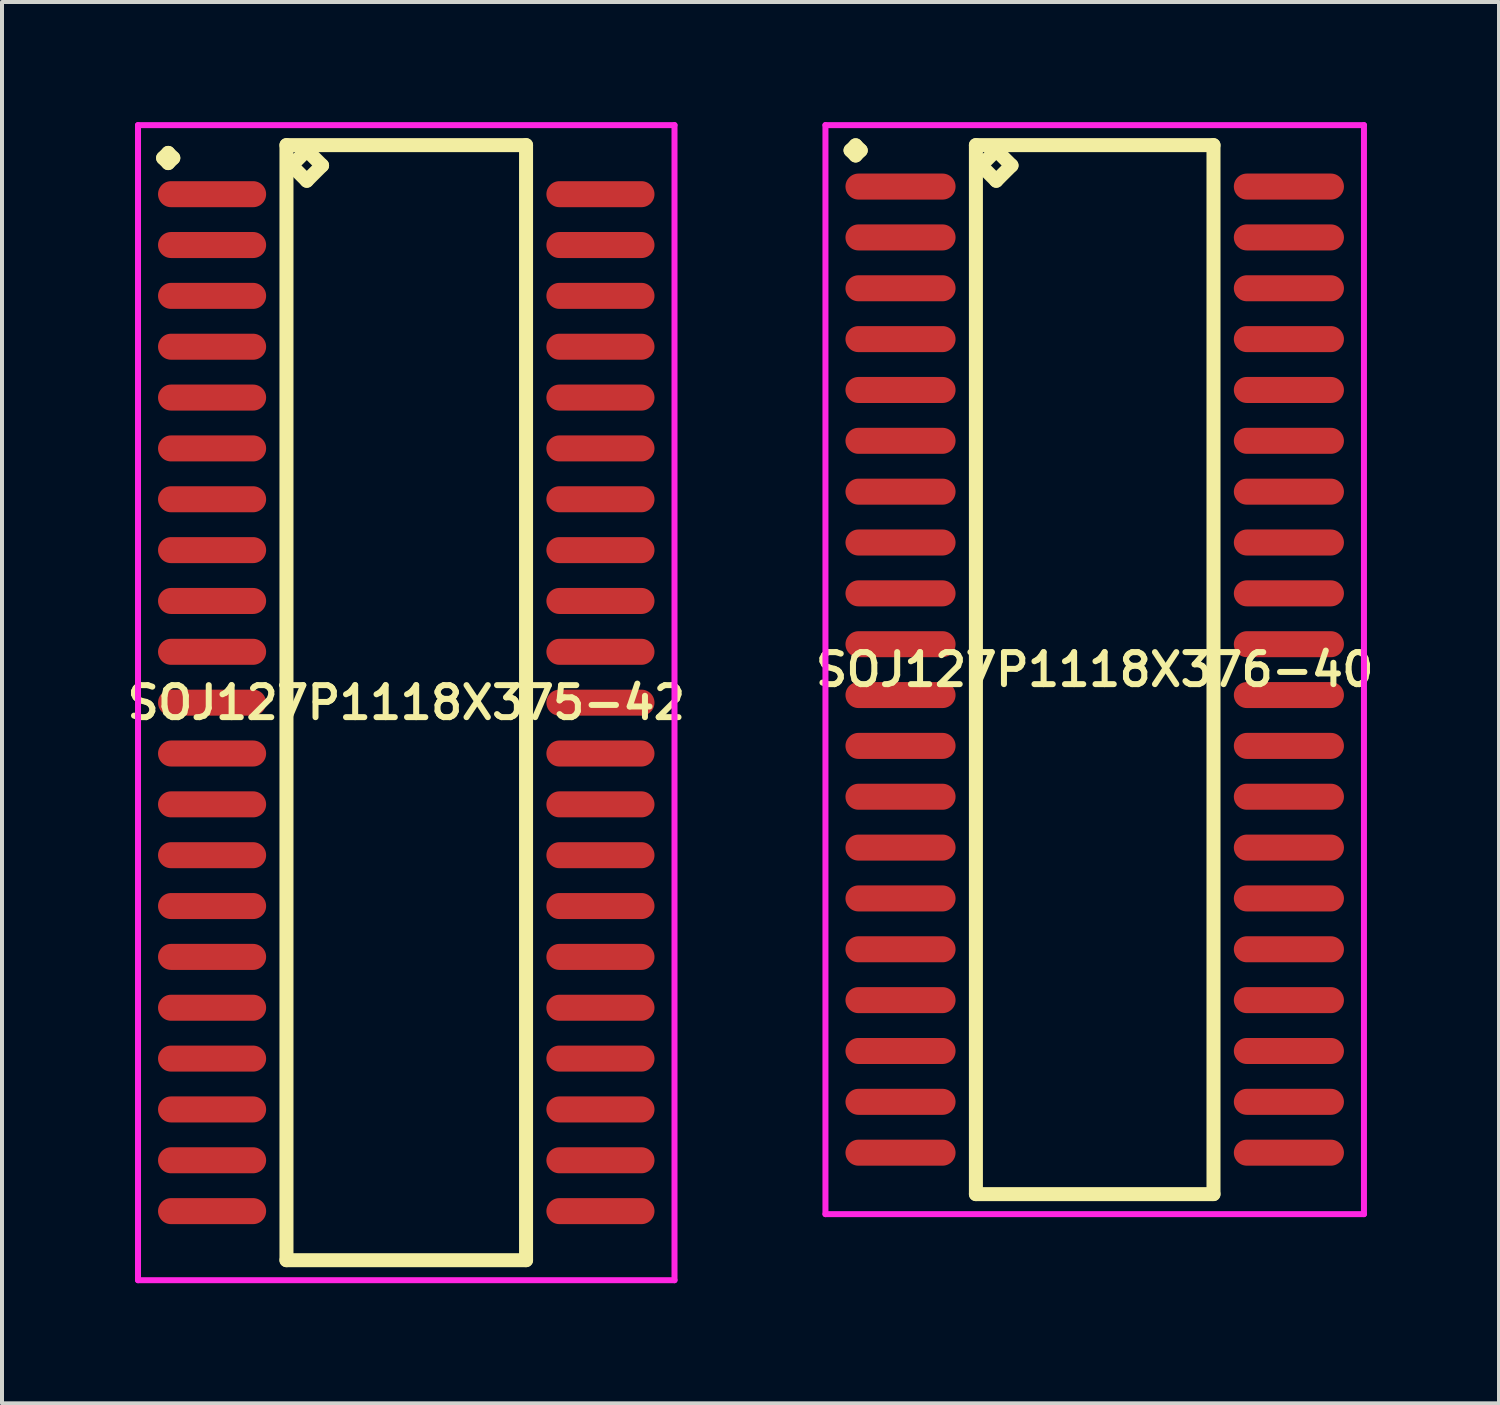
<source format=kicad_pcb>
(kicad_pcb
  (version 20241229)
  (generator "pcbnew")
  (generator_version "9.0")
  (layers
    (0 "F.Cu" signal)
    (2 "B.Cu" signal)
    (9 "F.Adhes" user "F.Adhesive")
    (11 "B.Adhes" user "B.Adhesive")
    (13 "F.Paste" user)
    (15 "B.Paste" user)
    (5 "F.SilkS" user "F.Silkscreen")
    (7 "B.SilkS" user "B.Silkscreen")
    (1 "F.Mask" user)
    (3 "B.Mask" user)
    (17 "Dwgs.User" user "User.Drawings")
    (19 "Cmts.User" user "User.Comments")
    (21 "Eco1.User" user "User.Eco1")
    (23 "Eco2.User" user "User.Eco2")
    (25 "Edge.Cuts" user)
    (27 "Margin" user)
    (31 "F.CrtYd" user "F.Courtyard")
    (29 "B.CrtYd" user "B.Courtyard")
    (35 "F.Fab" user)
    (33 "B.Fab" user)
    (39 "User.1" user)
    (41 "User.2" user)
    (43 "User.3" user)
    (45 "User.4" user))
  (footprint "SOJ127P1118X375-42"
    (layer "F.Cu")
    (at 7.097 14.5)
    (property "Reference" "SOJ127P1118X375-42" (at 0 0 0) (layer "F.SilkS") (effects (font (size 0.8 0.8) (thickness 0.15))))
    (attr smd)
    (fp_line (start -6.073 -13.604) (end -5.946 -13.731) (stroke (width 0.35) (type solid)) (layer "F.SilkS"))
    (fp_line (start -5.946 -13.731) (end -5.819 -13.604) (stroke (width 0.35) (type solid)) (layer "F.SilkS"))
    (fp_line (start -5.946 -13.477) (end -6.073 -13.604) (stroke (width 0.35) (type solid)) (layer "F.SilkS"))
    (fp_line (start -5.819 -13.604) (end -5.946 -13.477) (stroke (width 0.35) (type solid)) (layer "F.SilkS"))
    (fp_line (start -2.992 -13.925) (end -2.992 13.925) (stroke (width 0.35) (type solid)) (layer "F.SilkS"))
    (fp_line (start -2.992 13.925) (end 2.992 13.925) (stroke (width 0.35) (type solid)) (layer "F.SilkS"))
    (fp_line (start -2.865 -13.417) (end -2.484 -13.798) (stroke (width 0.35) (type solid)) (layer "F.SilkS"))
    (fp_line (start -2.484 -13.798) (end -2.103 -13.417) (stroke (width 0.35) (type solid)) (layer "F.SilkS"))
    (fp_line (start -2.484 -13.036) (end -2.865 -13.417) (stroke (width 0.35) (type solid)) (layer "F.SilkS"))
    (fp_line (start -2.103 -13.417) (end -2.484 -13.036) (stroke (width 0.35) (type solid)) (layer "F.SilkS"))
    (fp_line (start 2.992 -13.925) (end -2.992 -13.925) (stroke (width 0.35) (type solid)) (layer "F.SilkS"))
    (fp_line (start 2.992 13.925) (end 2.992 -13.925) (stroke (width 0.35) (type solid)) (layer "F.SilkS"))
    (fp_line (start -6.7 -14.425) (end 6.7 -14.425) (stroke (width 0.15) (type solid)) (layer "F.CrtYd"))
    (fp_line (start -6.7 14.425) (end -6.7 -14.425) (stroke (width 0.15) (type solid)) (layer "F.CrtYd"))
    (fp_line (start 6.7 -14.425) (end 6.7 14.425) (stroke (width 0.15) (type solid)) (layer "F.CrtYd"))
    (fp_line (start 6.7 14.425) (end -6.7 14.425) (stroke (width 0.15) (type solid)) (layer "F.CrtYd"))
    (pad "1" smd oval (at -4.85 -12.7) (size 2.7 0.65) (layers "F.Cu" "F.Mask" "F.Paste"))
    (pad "2" smd oval (at -4.85 -11.43) (size 2.7 0.65) (layers "F.Cu" "F.Mask" "F.Paste"))
    (pad "3" smd oval (at -4.85 -10.16) (size 2.7 0.65) (layers "F.Cu" "F.Mask" "F.Paste"))
    (pad "4" smd oval (at -4.85 -8.89) (size 2.7 0.65) (layers "F.Cu" "F.Mask" "F.Paste"))
    (pad "5" smd oval (at -4.85 -7.62) (size 2.7 0.65) (layers "F.Cu" "F.Mask" "F.Paste"))
    (pad "6" smd oval (at -4.85 -6.35) (size 2.7 0.65) (layers "F.Cu" "F.Mask" "F.Paste"))
    (pad "7" smd oval (at -4.85 -5.08) (size 2.7 0.65) (layers "F.Cu" "F.Mask" "F.Paste"))
    (pad "8" smd oval (at -4.85 -3.81) (size 2.7 0.65) (layers "F.Cu" "F.Mask" "F.Paste"))
    (pad "9" smd oval (at -4.85 -2.54) (size 2.7 0.65) (layers "F.Cu" "F.Mask" "F.Paste"))
    (pad "10" smd oval (at -4.85 -1.27) (size 2.7 0.65) (layers "F.Cu" "F.Mask" "F.Paste"))
    (pad "11" smd oval (at -4.85 0) (size 2.7 0.65) (layers "F.Cu" "F.Mask" "F.Paste"))
    (pad "12" smd oval (at -4.85 1.27) (size 2.7 0.65) (layers "F.Cu" "F.Mask" "F.Paste"))
    (pad "13" smd oval (at -4.85 2.54) (size 2.7 0.65) (layers "F.Cu" "F.Mask" "F.Paste"))
    (pad "14" smd oval (at -4.85 3.81) (size 2.7 0.65) (layers "F.Cu" "F.Mask" "F.Paste"))
    (pad "15" smd oval (at -4.85 5.08) (size 2.7 0.65) (layers "F.Cu" "F.Mask" "F.Paste"))
    (pad "16" smd oval (at -4.85 6.35) (size 2.7 0.65) (layers "F.Cu" "F.Mask" "F.Paste"))
    (pad "17" smd oval (at -4.85 7.62) (size 2.7 0.65) (layers "F.Cu" "F.Mask" "F.Paste"))
    (pad "18" smd oval (at -4.85 8.89) (size 2.7 0.65) (layers "F.Cu" "F.Mask" "F.Paste"))
    (pad "19" smd oval (at -4.85 10.16) (size 2.7 0.65) (layers "F.Cu" "F.Mask" "F.Paste"))
    (pad "20" smd oval (at -4.85 11.43) (size 2.7 0.65) (layers "F.Cu" "F.Mask" "F.Paste"))
    (pad "21" smd oval (at -4.85 12.7) (size 2.7 0.65) (layers "F.Cu" "F.Mask" "F.Paste"))
    (pad "22" smd oval (at 4.85 12.7) (size 2.7 0.65) (layers "F.Cu" "F.Mask" "F.Paste"))
    (pad "23" smd oval (at 4.85 11.43) (size 2.7 0.65) (layers "F.Cu" "F.Mask" "F.Paste"))
    (pad "24" smd oval (at 4.85 10.16) (size 2.7 0.65) (layers "F.Cu" "F.Mask" "F.Paste"))
    (pad "25" smd oval (at 4.85 8.89) (size 2.7 0.65) (layers "F.Cu" "F.Mask" "F.Paste"))
    (pad "26" smd oval (at 4.85 7.62) (size 2.7 0.65) (layers "F.Cu" "F.Mask" "F.Paste"))
    (pad "27" smd oval (at 4.85 6.35) (size 2.7 0.65) (layers "F.Cu" "F.Mask" "F.Paste"))
    (pad "28" smd oval (at 4.85 5.08) (size 2.7 0.65) (layers "F.Cu" "F.Mask" "F.Paste"))
    (pad "29" smd oval (at 4.85 3.81) (size 2.7 0.65) (layers "F.Cu" "F.Mask" "F.Paste"))
    (pad "30" smd oval (at 4.85 2.54) (size 2.7 0.65) (layers "F.Cu" "F.Mask" "F.Paste"))
    (pad "31" smd oval (at 4.85 1.27) (size 2.7 0.65) (layers "F.Cu" "F.Mask" "F.Paste"))
    (pad "32" smd oval (at 4.85 0) (size 2.7 0.65) (layers "F.Cu" "F.Mask" "F.Paste"))
    (pad "33" smd oval (at 4.85 -1.27) (size 2.7 0.65) (layers "F.Cu" "F.Mask" "F.Paste"))
    (pad "34" smd oval (at 4.85 -2.54) (size 2.7 0.65) (layers "F.Cu" "F.Mask" "F.Paste"))
    (pad "35" smd oval (at 4.85 -3.81) (size 2.7 0.65) (layers "F.Cu" "F.Mask" "F.Paste"))
    (pad "36" smd oval (at 4.85 -5.08) (size 2.7 0.65) (layers "F.Cu" "F.Mask" "F.Paste"))
    (pad "37" smd oval (at 4.85 -6.35) (size 2.7 0.65) (layers "F.Cu" "F.Mask" "F.Paste"))
    (pad "38" smd oval (at 4.85 -7.62) (size 2.7 0.65) (layers "F.Cu" "F.Mask" "F.Paste"))
    (pad "39" smd oval (at 4.85 -8.89) (size 2.7 0.65) (layers "F.Cu" "F.Mask" "F.Paste"))
    (pad "40" smd oval (at 4.85 -10.16) (size 2.7 0.65) (layers "F.Cu" "F.Mask" "F.Paste"))
    (pad "41" smd oval (at 4.85 -11.43) (size 2.7 0.65) (layers "F.Cu" "F.Mask" "F.Paste"))
    (pad "42" smd oval (at 4.85 -12.7) (size 2.7 0.65) (layers "F.Cu" "F.Mask" "F.Paste")))
  (footprint "SOJ127P1118X376-40"
    (layer "F.Cu")
    (at 24.292 13.675)
    (property "Reference" "SOJ127P1118X376-40" (at 0 0 0) (layer "F.SilkS") (effects (font (size 0.8 0.8) (thickness 0.15))))
    (attr smd)
    (fp_line (start -6.098 -12.969) (end -5.971 -13.096) (stroke (width 0.35) (type solid)) (layer "F.SilkS"))
    (fp_line (start -5.971 -13.096) (end -5.844 -12.969) (stroke (width 0.35) (type solid)) (layer "F.SilkS"))
    (fp_line (start -5.971 -12.842) (end -6.098 -12.969) (stroke (width 0.35) (type solid)) (layer "F.SilkS"))
    (fp_line (start -5.844 -12.969) (end -5.971 -12.842) (stroke (width 0.35) (type solid)) (layer "F.SilkS"))
    (fp_line (start -2.967 -13.1) (end -2.967 13.1) (stroke (width 0.35) (type solid)) (layer "F.SilkS"))
    (fp_line (start -2.967 13.1) (end 2.967 13.1) (stroke (width 0.35) (type solid)) (layer "F.SilkS"))
    (fp_line (start -2.84 -12.592) (end -2.459 -12.973) (stroke (width 0.35) (type solid)) (layer "F.SilkS"))
    (fp_line (start -2.459 -12.973) (end -2.078 -12.592) (stroke (width 0.35) (type solid)) (layer "F.SilkS"))
    (fp_line (start -2.459 -12.211) (end -2.84 -12.592) (stroke (width 0.35) (type solid)) (layer "F.SilkS"))
    (fp_line (start -2.078 -12.592) (end -2.459 -12.211) (stroke (width 0.35) (type solid)) (layer "F.SilkS"))
    (fp_line (start 2.967 -13.1) (end -2.967 -13.1) (stroke (width 0.35) (type solid)) (layer "F.SilkS"))
    (fp_line (start 2.967 13.1) (end 2.967 -13.1) (stroke (width 0.35) (type solid)) (layer "F.SilkS"))
    (fp_line (start -6.725 -13.6) (end 6.725 -13.6) (stroke (width 0.15) (type solid)) (layer "F.CrtYd"))
    (fp_line (start -6.725 13.6) (end -6.725 -13.6) (stroke (width 0.15) (type solid)) (layer "F.CrtYd"))
    (fp_line (start 6.725 -13.6) (end 6.725 13.6) (stroke (width 0.15) (type solid)) (layer "F.CrtYd"))
    (fp_line (start 6.725 13.6) (end -6.725 13.6) (stroke (width 0.15) (type solid)) (layer "F.CrtYd"))
    (pad "1" smd oval (at -4.85 -12.065) (size 2.75 0.65) (layers "F.Cu" "F.Mask" "F.Paste"))
    (pad "2" smd oval (at -4.85 -10.795) (size 2.75 0.65) (layers "F.Cu" "F.Mask" "F.Paste"))
    (pad "3" smd oval (at -4.85 -9.525) (size 2.75 0.65) (layers "F.Cu" "F.Mask" "F.Paste"))
    (pad "4" smd oval (at -4.85 -8.255) (size 2.75 0.65) (layers "F.Cu" "F.Mask" "F.Paste"))
    (pad "5" smd oval (at -4.85 -6.985) (size 2.75 0.65) (layers "F.Cu" "F.Mask" "F.Paste"))
    (pad "6" smd oval (at -4.85 -5.715) (size 2.75 0.65) (layers "F.Cu" "F.Mask" "F.Paste"))
    (pad "7" smd oval (at -4.85 -4.445) (size 2.75 0.65) (layers "F.Cu" "F.Mask" "F.Paste"))
    (pad "8" smd oval (at -4.85 -3.175) (size 2.75 0.65) (layers "F.Cu" "F.Mask" "F.Paste"))
    (pad "9" smd oval (at -4.85 -1.905) (size 2.75 0.65) (layers "F.Cu" "F.Mask" "F.Paste"))
    (pad "10" smd oval (at -4.85 -0.635) (size 2.75 0.65) (layers "F.Cu" "F.Mask" "F.Paste"))
    (pad "11" smd oval (at -4.85 0.635) (size 2.75 0.65) (layers "F.Cu" "F.Mask" "F.Paste"))
    (pad "12" smd oval (at -4.85 1.905) (size 2.75 0.65) (layers "F.Cu" "F.Mask" "F.Paste"))
    (pad "13" smd oval (at -4.85 3.175) (size 2.75 0.65) (layers "F.Cu" "F.Mask" "F.Paste"))
    (pad "14" smd oval (at -4.85 4.445) (size 2.75 0.65) (layers "F.Cu" "F.Mask" "F.Paste"))
    (pad "15" smd oval (at -4.85 5.715) (size 2.75 0.65) (layers "F.Cu" "F.Mask" "F.Paste"))
    (pad "16" smd oval (at -4.85 6.985) (size 2.75 0.65) (layers "F.Cu" "F.Mask" "F.Paste"))
    (pad "17" smd oval (at -4.85 8.255) (size 2.75 0.65) (layers "F.Cu" "F.Mask" "F.Paste"))
    (pad "18" smd oval (at -4.85 9.525) (size 2.75 0.65) (layers "F.Cu" "F.Mask" "F.Paste"))
    (pad "19" smd oval (at -4.85 10.795) (size 2.75 0.65) (layers "F.Cu" "F.Mask" "F.Paste"))
    (pad "20" smd oval (at -4.85 12.065) (size 2.75 0.65) (layers "F.Cu" "F.Mask" "F.Paste"))
    (pad "21" smd oval (at 4.85 12.065) (size 2.75 0.65) (layers "F.Cu" "F.Mask" "F.Paste"))
    (pad "22" smd oval (at 4.85 10.795) (size 2.75 0.65) (layers "F.Cu" "F.Mask" "F.Paste"))
    (pad "23" smd oval (at 4.85 9.525) (size 2.75 0.65) (layers "F.Cu" "F.Mask" "F.Paste"))
    (pad "24" smd oval (at 4.85 8.255) (size 2.75 0.65) (layers "F.Cu" "F.Mask" "F.Paste"))
    (pad "25" smd oval (at 4.85 6.985) (size 2.75 0.65) (layers "F.Cu" "F.Mask" "F.Paste"))
    (pad "26" smd oval (at 4.85 5.715) (size 2.75 0.65) (layers "F.Cu" "F.Mask" "F.Paste"))
    (pad "27" smd oval (at 4.85 4.445) (size 2.75 0.65) (layers "F.Cu" "F.Mask" "F.Paste"))
    (pad "28" smd oval (at 4.85 3.175) (size 2.75 0.65) (layers "F.Cu" "F.Mask" "F.Paste"))
    (pad "29" smd oval (at 4.85 1.905) (size 2.75 0.65) (layers "F.Cu" "F.Mask" "F.Paste"))
    (pad "30" smd oval (at 4.85 0.635) (size 2.75 0.65) (layers "F.Cu" "F.Mask" "F.Paste"))
    (pad "31" smd oval (at 4.85 -0.635) (size 2.75 0.65) (layers "F.Cu" "F.Mask" "F.Paste"))
    (pad "32" smd oval (at 4.85 -1.905) (size 2.75 0.65) (layers "F.Cu" "F.Mask" "F.Paste"))
    (pad "33" smd oval (at 4.85 -3.175) (size 2.75 0.65) (layers "F.Cu" "F.Mask" "F.Paste"))
    (pad "34" smd oval (at 4.85 -4.445) (size 2.75 0.65) (layers "F.Cu" "F.Mask" "F.Paste"))
    (pad "35" smd oval (at 4.85 -5.715) (size 2.75 0.65) (layers "F.Cu" "F.Mask" "F.Paste"))
    (pad "36" smd oval (at 4.85 -6.985) (size 2.75 0.65) (layers "F.Cu" "F.Mask" "F.Paste"))
    (pad "37" smd oval (at 4.85 -8.255) (size 2.75 0.65) (layers "F.Cu" "F.Mask" "F.Paste"))
    (pad "38" smd oval (at 4.85 -9.525) (size 2.75 0.65) (layers "F.Cu" "F.Mask" "F.Paste"))
    (pad "39" smd oval (at 4.85 -10.795) (size 2.75 0.65) (layers "F.Cu" "F.Mask" "F.Paste"))
    (pad "40" smd oval (at 4.85 -12.065) (size 2.75 0.65) (layers "F.Cu" "F.Mask" "F.Paste")))
  (gr_rect
    (start -3 -3)
    (end 34.39 32)
    (stroke (width 0.1) (type default))
    (fill no)
    (layer "Edge.Cuts")))
</source>
